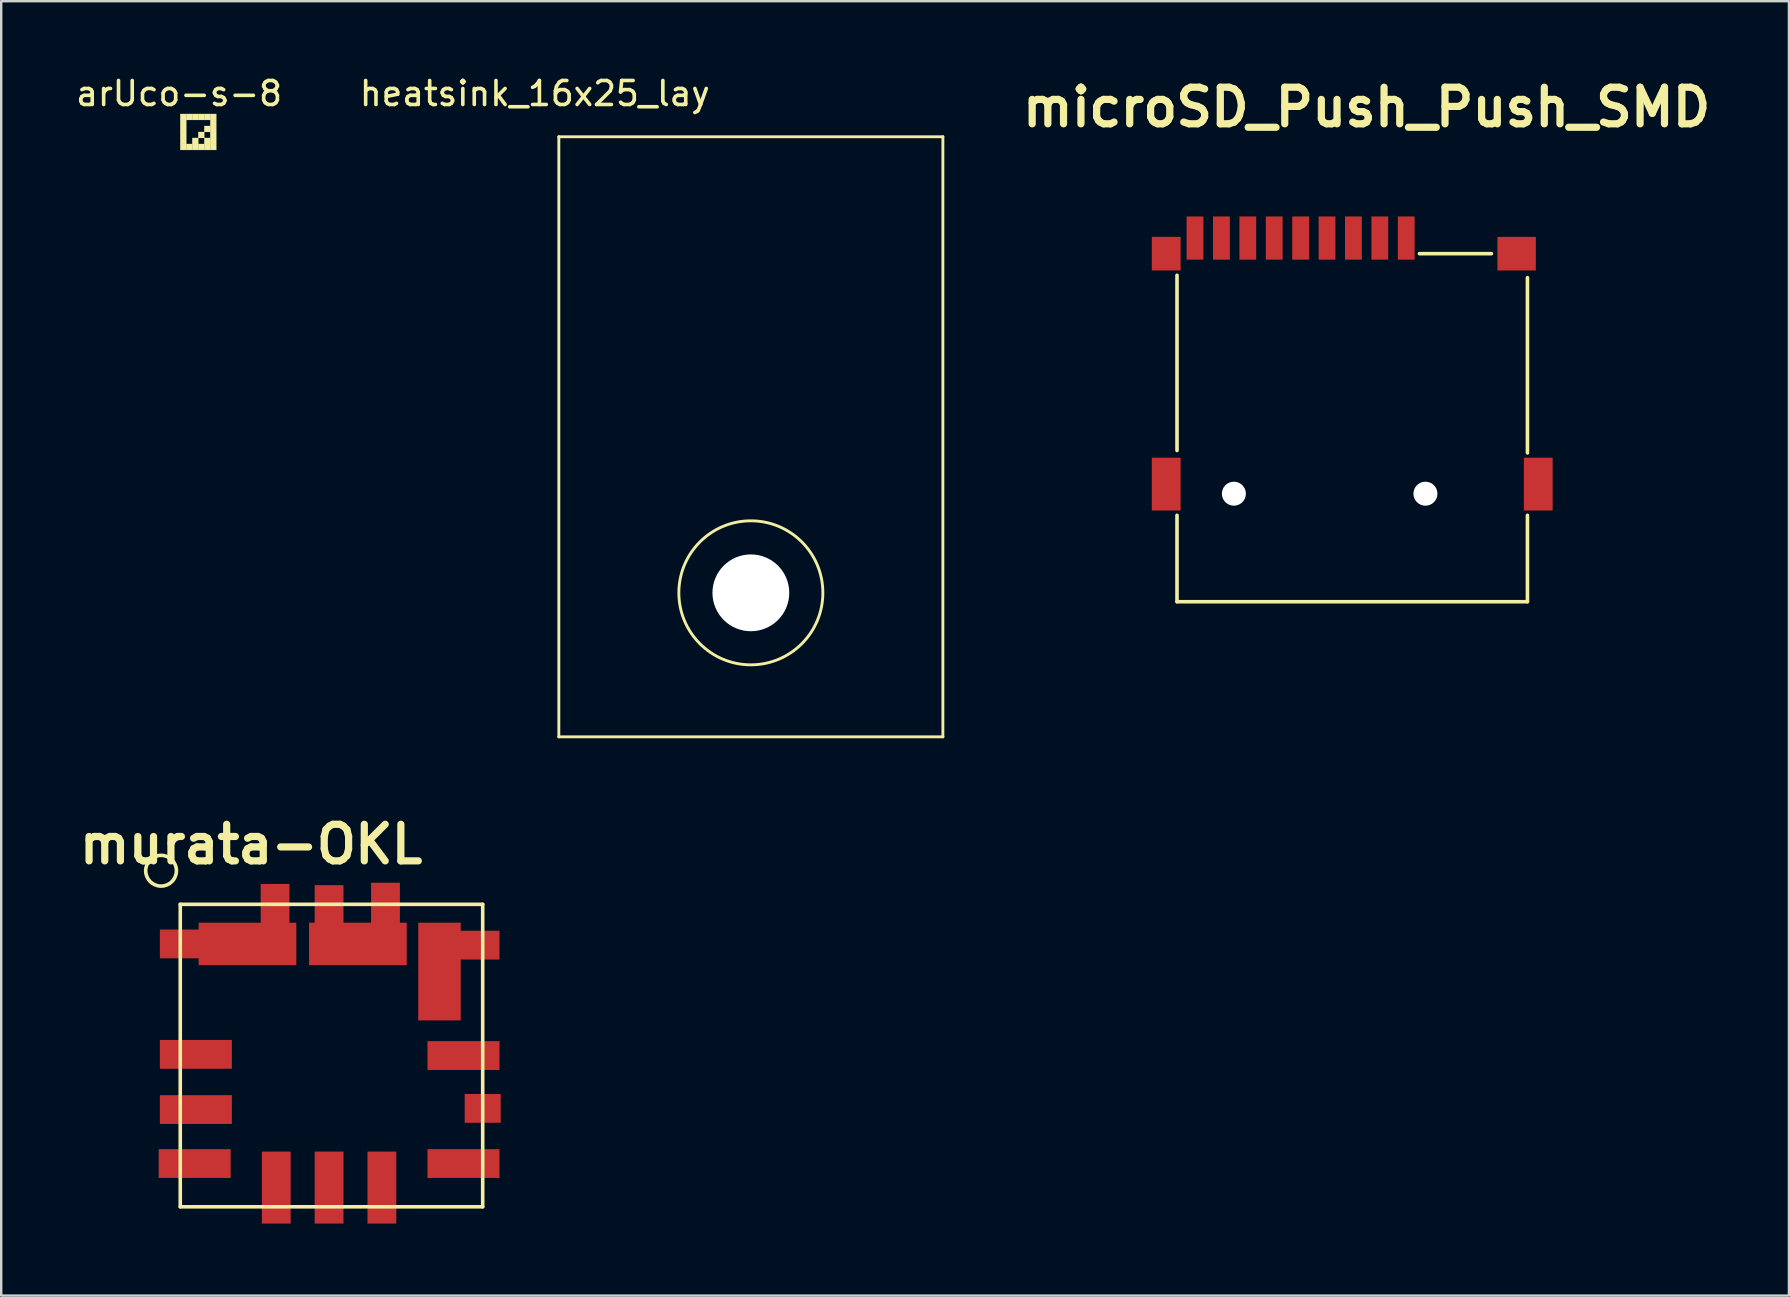
<source format=kicad_pcb>
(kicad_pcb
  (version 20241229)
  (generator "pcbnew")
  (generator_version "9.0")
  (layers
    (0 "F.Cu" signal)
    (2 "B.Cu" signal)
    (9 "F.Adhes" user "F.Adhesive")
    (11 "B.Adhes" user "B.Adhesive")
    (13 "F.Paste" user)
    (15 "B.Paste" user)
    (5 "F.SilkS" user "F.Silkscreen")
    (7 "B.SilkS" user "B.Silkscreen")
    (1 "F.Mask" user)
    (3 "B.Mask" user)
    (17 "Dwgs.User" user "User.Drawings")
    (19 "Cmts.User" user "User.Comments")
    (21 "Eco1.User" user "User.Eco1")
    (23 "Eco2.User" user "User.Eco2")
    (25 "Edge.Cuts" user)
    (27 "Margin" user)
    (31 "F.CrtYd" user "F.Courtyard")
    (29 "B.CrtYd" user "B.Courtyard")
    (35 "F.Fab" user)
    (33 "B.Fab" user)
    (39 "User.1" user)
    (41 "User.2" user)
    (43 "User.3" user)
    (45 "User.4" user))
  (footprint "murata-OKL"
    (layer "F.Cu")
    (at 10.86 40.926)
    (property "Reference" "murata-OKL" (at -3.45 -8.8 0) (layer "F.SilkS") (effects (font (size 1.524 1.524) (thickness 0.3))))
    (attr through_hole)
    (fp_line (start -6.4 -6.3) (end 6.2 -6.3) (stroke (width 0.15) (type solid)) (layer "F.SilkS"))
    (fp_line (start -6.4 6.3) (end -6.4 -6.3) (stroke (width 0.15) (type solid)) (layer "F.SilkS"))
    (fp_line (start 6.2 -6.3) (end 6.2 6.3) (stroke (width 0.15) (type solid)) (layer "F.SilkS"))
    (fp_line (start 6.2 6.3) (end -6.4 6.3) (stroke (width 0.15) (type solid)) (layer "F.SilkS"))
    (fp_circle (center -7.2 -7.7) (end -6.7 -7.3) (stroke (width 0.15) (type solid)) (fill no) (layer "F.SilkS"))
    (pad "1" smd rect (at -5.75 -0.05 180) (size 3 1.2) (layers "F.Cu" "F.Mask" "F.Paste"))
    (pad "2" smd rect (at -5.75 -4.65 180) (size 3 1.2) (layers "F.Cu" "F.Mask" "F.Paste"))
    (pad "2" smd rect (at -3.6 -4.65 90) (size 1.77 4.07) (layers "F.Cu" "F.Mask" "F.Paste"))
    (pad "2" smd rect (at -2.45 -5.65 270) (size 3 1.2) (layers "F.Cu" "F.Mask" "F.Paste"))
    (pad "3" smd rect (at -0.2 -5.6 270) (size 3 1.2) (layers "F.Cu" "F.Mask" "F.Paste"))
    (pad "3" smd rect (at 1 -4.65 90) (size 1.77 4.07) (layers "F.Cu" "F.Mask" "F.Paste"))
    (pad "3" smd rect (at 2.15 -5.7 270) (size 3 1.2) (layers "F.Cu" "F.Mask" "F.Paste"))
    (pad "4" smd rect (at 4.4 -3.5) (size 1.77 4.07) (layers "F.Cu" "F.Mask" "F.Paste"))
    (pad "4" smd rect (at 5.4 -4.6) (size 3 1.2) (layers "F.Cu" "F.Mask" "F.Paste"))
    (pad "5" smd rect (at 5.4 0) (size 3 1.2) (layers "F.Cu" "F.Mask" "F.Paste"))
    (pad "6" smd rect (at 5.4 4.5) (size 3 1.2) (layers "F.Cu" "F.Mask" "F.Paste"))
    (pad "7" smd rect (at -0.2 5.5 90) (size 3 1.2) (layers "F.Cu" "F.Mask" "F.Paste"))
    (pad "8" smd rect (at -2.4 5.5 90) (size 3 1.2) (layers "F.Cu" "F.Mask" "F.Paste"))
    (pad "9" smd rect (at -5.8 4.5 180) (size 3 1.2) (layers "F.Cu" "F.Mask" "F.Paste"))
    (pad "10" smd rect (at -5.75 2.25 180) (size 3 1.2) (layers "F.Cu" "F.Mask" "F.Paste"))
    (pad "11" smd rect (at 6.2 2.2) (size 1.5 1.2) (layers "F.Cu" "F.Mask" "F.Paste"))
    (pad "12" smd rect (at 2 5.5 90) (size 3 1.2) (layers "F.Cu" "F.Mask" "F.Paste")))
  (footprint "microSD_Push_Push_SMD"
    (layer "F.Cu")
    (at 53.286 7.518)
    (property "Reference" "microSD_Push_Push_SMD" (at 0.6 -6.1 0) (layer "F.SilkS") (effects (font (size 1.524 1.524) (thickness 0.3))))
    (attr smd)
    (fp_line (start -7.3 8.2) (end -7.3 0.9) (stroke (width 0.15) (type solid)) (layer "F.SilkS"))
    (fp_line (start -7.3 14.5) (end -7.3 10.9) (stroke (width 0.15) (type solid)) (layer "F.SilkS"))
    (fp_line (start 5.8 0) (end 2.8 0) (stroke (width 0.15) (type solid)) (layer "F.SilkS"))
    (fp_line (start 7.3 1) (end 7.3 8.3) (stroke (width 0.15) (type solid)) (layer "F.SilkS"))
    (fp_line (start 7.3 10.9) (end 7.3 14.5) (stroke (width 0.15) (type solid)) (layer "F.SilkS"))
    (fp_line (start 7.3 14.5) (end -7.3 14.5) (stroke (width 0.15) (type solid)) (layer "F.SilkS"))
    (pad "" np_thru_hole circle (at -4.93 10) (size 1 1) (drill 1) (layers "*.Cu" "*.Mask"))
    (pad "" np_thru_hole circle (at 3.05 10) (size 1 1) (drill 1) (layers "*.Cu" "*.Mask"))
    (pad "1" smd rect (at 2.25 -0.65) (size 0.7 1.8) (layers "F.Cu" "F.Mask" "F.Paste"))
    (pad "2" smd rect (at 1.15 -0.65) (size 0.7 1.8) (layers "F.Cu" "F.Mask" "F.Paste"))
    (pad "3" smd rect (at 0.05 -0.65) (size 0.7 1.8) (layers "F.Cu" "F.Mask" "F.Paste"))
    (pad "4" smd rect (at -1.05 -0.65) (size 0.7 1.8) (layers "F.Cu" "F.Mask" "F.Paste"))
    (pad "5" smd rect (at -2.15 -0.65) (size 0.7 1.8) (layers "F.Cu" "F.Mask" "F.Paste"))
    (pad "6" smd rect (at -3.25 -0.65) (size 0.7 1.8) (layers "F.Cu" "F.Mask" "F.Paste"))
    (pad "7" smd rect (at -4.35 -0.65) (size 0.7 1.8) (layers "F.Cu" "F.Mask" "F.Paste"))
    (pad "8" smd rect (at -5.45 -0.65) (size 0.7 1.8) (layers "F.Cu" "F.Mask" "F.Paste"))
    (pad "9" smd rect (at -7.75 0) (size 1.2 1.4) (layers "F.Cu" "F.Mask" "F.Paste"))
    (pad "9" smd rect (at -7.75 9.6) (size 1.2 2.2) (layers "F.Cu" "F.Mask" "F.Paste"))
    (pad "9" smd rect (at 6.85 0) (size 1.6 1.4) (layers "F.Cu" "F.Mask" "F.Paste"))
    (pad "9" smd rect (at 7.75 9.6) (size 1.2 2.2) (layers "F.Cu" "F.Mask" "F.Paste"))
    (pad "Cd" smd rect (at -6.55 -0.65) (size 0.7 1.8) (layers "F.Cu" "F.Mask" "F.Paste")))
  (footprint "heatsink_16x25_lay"
    (layer "F.Cu")
    (at 28.232 2.648)
    (property "Reference" "heatsink_16x25_lay" (at -9 -1.8 0) (layer "F.SilkS") (effects (font (size 1 1) (thickness 0.15))))
    (attr through_hole)
    (fp_line (start -8 0) (end 8 0) (stroke (width 0.12) (type solid)) (layer "F.SilkS"))
    (fp_line (start -8 25) (end -8 0) (stroke (width 0.12) (type solid)) (layer "F.SilkS"))
    (fp_line (start 8 0) (end 8 25) (stroke (width 0.12) (type solid)) (layer "F.SilkS"))
    (fp_line (start 8 25) (end -8 25) (stroke (width 0.12) (type solid)) (layer "F.SilkS"))
    (fp_circle (center 0 19) (end 3 19) (stroke (width 0.12) (type solid)) (fill no) (layer "F.SilkS"))
    (pad "" np_thru_hole circle (at 0 19) (size 3.2 3.2) (drill 3.2) (layers "*.Cu" "*.Mask")))
  (footprint "arUco-s-8"
    (layer "F.Cu")
    (at 4.461 1.698)
    (property "Reference" "arUco-s-8" (at -0.05 -0.85 0) (unlocked yes) (layer "F.SilkS") (effects (font (size 1 1) (thickness 0.15))))
    (attr through_hole)
    (fp_poly (pts (xy 0 0) (xy 0.25 0) (xy 0.25 0.25) (xy 0 0.25)) (stroke (width 0.01) (type solid)) (fill yes) (layer "F.SilkS"))
    (fp_poly (pts (xy 0 0.25) (xy 0.25 0.25) (xy 0.25 0.5) (xy 0 0.5)) (stroke (width 0.01) (type solid)) (fill yes) (layer "F.SilkS"))
    (fp_poly (pts (xy 0 0.5) (xy 0.25 0.5) (xy 0.25 0.75) (xy 0 0.75)) (stroke (width 0.01) (type solid)) (fill yes) (layer "F.SilkS"))
    (fp_poly (pts (xy 0 0.75) (xy 0.25 0.75) (xy 0.25 1) (xy 0 1)) (stroke (width 0.01) (type solid)) (fill yes) (layer "F.SilkS"))
    (fp_poly (pts (xy 0 1) (xy 0.25 1) (xy 0.25 1.25) (xy 0 1.25)) (stroke (width 0.01) (type solid)) (fill yes) (layer "F.SilkS"))
    (fp_poly (pts (xy 0 1.25) (xy 0.25 1.25) (xy 0.25 1.5) (xy 0 1.5)) (stroke (width 0.01) (type solid)) (fill yes) (layer "F.SilkS"))
    (fp_poly (pts (xy 0.25 0) (xy 0.5 0) (xy 0.5 0.25) (xy 0.25 0.25)) (stroke (width 0.01) (type solid)) (fill yes) (layer "F.SilkS"))
    (fp_poly (pts (xy 0.25 1.25) (xy 0.5 1.25) (xy 0.5 1.5) (xy 0.25 1.5)) (stroke (width 0.01) (type solid)) (fill yes) (layer "F.SilkS"))
    (fp_poly (pts (xy 0.5 0) (xy 0.75 0) (xy 0.75 0.25) (xy 0.5 0.25)) (stroke (width 0.01) (type solid)) (fill yes) (layer "F.SilkS"))
    (fp_poly (pts (xy 0.5 1) (xy 0.75 1) (xy 0.75 1.25) (xy 0.5 1.25)) (stroke (width 0.01) (type solid)) (fill yes) (layer "F.SilkS"))
    (fp_poly (pts (xy 0.5 1.25) (xy 0.75 1.25) (xy 0.75 1.5) (xy 0.5 1.5)) (stroke (width 0.01) (type solid)) (fill yes) (layer "F.SilkS"))
    (fp_poly (pts (xy 0.75 0) (xy 1 0) (xy 1 0.25) (xy 0.75 0.25)) (stroke (width 0.01) (type solid)) (fill yes) (layer "F.SilkS"))
    (fp_poly (pts (xy 0.75 0.75) (xy 1 0.75) (xy 1 1) (xy 0.75 1)) (stroke (width 0.01) (type solid)) (fill yes) (layer "F.SilkS"))
    (fp_poly (pts (xy 0.75 1.25) (xy 1 1.25) (xy 1 1.5) (xy 0.75 1.5)) (stroke (width 0.01) (type solid)) (fill yes) (layer "F.SilkS"))
    (fp_poly (pts (xy 1 0) (xy 1.25 0) (xy 1.25 0.25) (xy 1 0.25)) (stroke (width 0.01) (type solid)) (fill yes) (layer "F.SilkS"))
    (fp_poly (pts (xy 1 0.5) (xy 1.25 0.5) (xy 1.25 0.75) (xy 1 0.75)) (stroke (width 0.01) (type solid)) (fill yes) (layer "F.SilkS"))
    (fp_poly (pts (xy 1 1) (xy 1.25 1) (xy 1.25 1.25) (xy 1 1.25)) (stroke (width 0.01) (type solid)) (fill yes) (layer "F.SilkS"))
    (fp_poly (pts (xy 1 1.25) (xy 1.25 1.25) (xy 1.25 1.5) (xy 1 1.5)) (stroke (width 0.01) (type solid)) (fill yes) (layer "F.SilkS"))
    (fp_poly (pts (xy 1.25 0) (xy 1.5 0) (xy 1.5 0.25) (xy 1.25 0.25)) (stroke (width 0.01) (type solid)) (fill yes) (layer "F.SilkS"))
    (fp_poly (pts (xy 1.25 0.25) (xy 1.5 0.25) (xy 1.5 0.5) (xy 1.25 0.5)) (stroke (width 0.01) (type solid)) (fill yes) (layer "F.SilkS"))
    (fp_poly (pts (xy 1.25 0.5) (xy 1.5 0.5) (xy 1.5 0.75) (xy 1.25 0.75)) (stroke (width 0.01) (type solid)) (fill yes) (layer "F.SilkS"))
    (fp_poly (pts (xy 1.25 0.75) (xy 1.5 0.75) (xy 1.5 1) (xy 1.25 1)) (stroke (width 0.01) (type solid)) (fill yes) (layer "F.SilkS"))
    (fp_poly (pts (xy 1.25 1) (xy 1.5 1) (xy 1.5 1.25) (xy 1.25 1.25)) (stroke (width 0.01) (type solid)) (fill yes) (layer "F.SilkS"))
    (fp_poly (pts (xy 1.25 1.25) (xy 1.5 1.25) (xy 1.5 1.5) (xy 1.25 1.5)) (stroke (width 0.01) (type solid)) (fill yes) (layer "F.SilkS")))
  (gr_rect
    (start -3 -3)
    (end 71.48 50.926)
    (stroke (width 0.1) (type default))
    (fill no)
    (layer "Edge.Cuts")))
</source>
